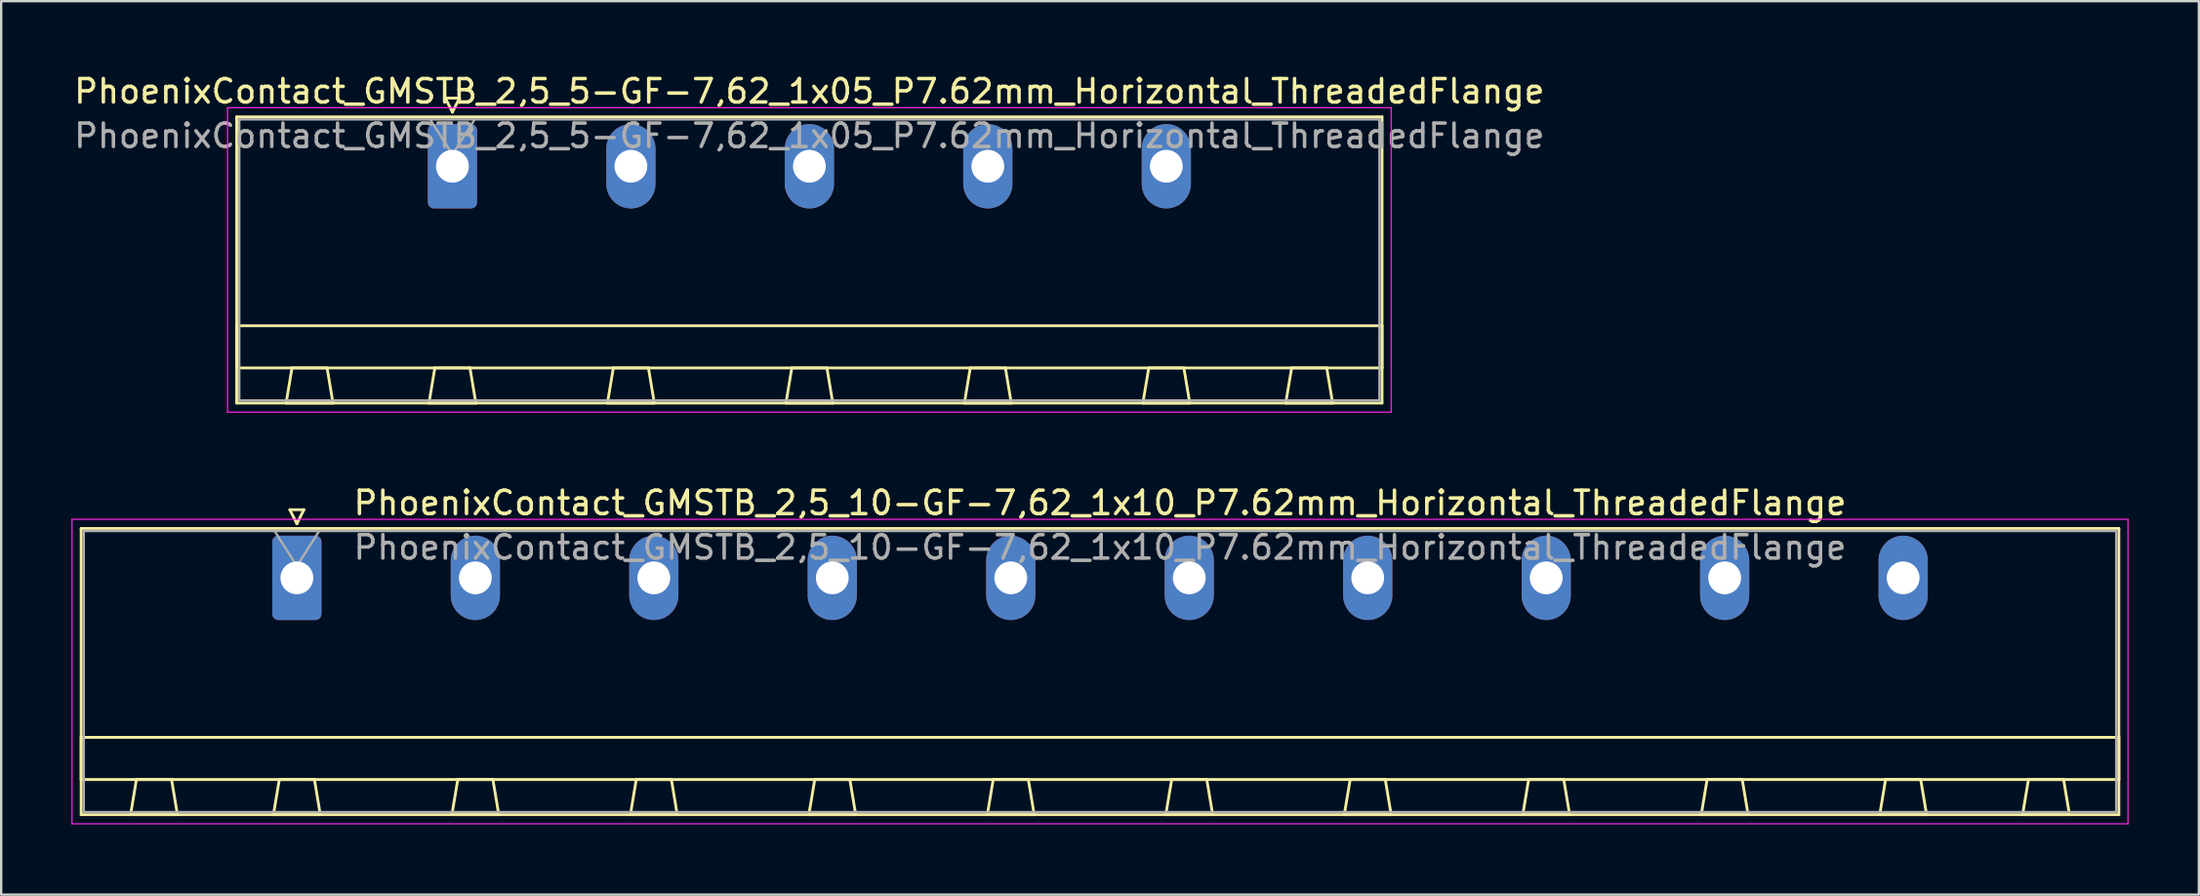
<source format=kicad_pcb>
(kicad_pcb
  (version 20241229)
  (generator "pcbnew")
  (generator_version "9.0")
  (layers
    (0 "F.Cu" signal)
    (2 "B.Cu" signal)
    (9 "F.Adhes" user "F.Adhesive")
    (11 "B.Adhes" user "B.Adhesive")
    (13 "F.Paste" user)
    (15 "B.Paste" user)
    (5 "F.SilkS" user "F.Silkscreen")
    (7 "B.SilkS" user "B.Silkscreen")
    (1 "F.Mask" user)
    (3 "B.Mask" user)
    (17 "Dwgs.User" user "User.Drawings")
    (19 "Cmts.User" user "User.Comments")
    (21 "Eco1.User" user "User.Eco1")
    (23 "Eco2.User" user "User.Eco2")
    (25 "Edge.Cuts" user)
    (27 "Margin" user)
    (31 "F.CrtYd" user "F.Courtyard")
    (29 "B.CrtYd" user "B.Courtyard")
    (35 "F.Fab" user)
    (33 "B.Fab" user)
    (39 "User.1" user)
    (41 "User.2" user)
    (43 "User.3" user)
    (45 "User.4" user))
  (footprint "PhoenixContact_GMSTB_2,5_5-GF-7,62_1x05_P7.62mm_Horizontal_ThreadedFlange"
    (layer "F.Cu")
    (at 16.266 4.048)
    (property "Reference" "PhoenixContact_GMSTB_2,5_5-GF-7,62_1x05_P7.62mm_Horizontal_ThreadedFlange" (at 15.24 -3.2 0) (layer "F.SilkS") (effects (font (size 1 1) (thickness 0.15))))
    (attr through_hole)
    (fp_line (start -9.21 -2.11) (end -9.21 10.11) (stroke (width 0.12) (type solid)) (layer "F.SilkS"))
    (fp_line (start -9.21 6.81) (end 39.69 6.81) (stroke (width 0.12) (type solid)) (layer "F.SilkS"))
    (fp_line (start -9.21 8.61) (end -9.21 6.81) (stroke (width 0.12) (type solid)) (layer "F.SilkS"))
    (fp_line (start -9.21 10.11) (end 39.69 10.11) (stroke (width 0.12) (type solid)) (layer "F.SilkS"))
    (fp_line (start -7.1 10.11) (end -5.1 10.11) (stroke (width 0.12) (type solid)) (layer "F.SilkS"))
    (fp_line (start -6.85 8.61) (end -7.1 10.11) (stroke (width 0.12) (type solid)) (layer "F.SilkS"))
    (fp_line (start -5.35 8.61) (end -6.85 8.61) (stroke (width 0.12) (type solid)) (layer "F.SilkS"))
    (fp_line (start -5.1 10.11) (end -5.35 8.61) (stroke (width 0.12) (type solid)) (layer "F.SilkS"))
    (fp_line (start -1 10.11) (end 1 10.11) (stroke (width 0.12) (type solid)) (layer "F.SilkS"))
    (fp_line (start -0.75 8.61) (end -1 10.11) (stroke (width 0.12) (type solid)) (layer "F.SilkS"))
    (fp_line (start -0.3 -2.91) (end 0.3 -2.91) (stroke (width 0.12) (type solid)) (layer "F.SilkS"))
    (fp_line (start 0 -2.31) (end -0.3 -2.91) (stroke (width 0.12) (type solid)) (layer "F.SilkS"))
    (fp_line (start 0.3 -2.91) (end 0 -2.31) (stroke (width 0.12) (type solid)) (layer "F.SilkS"))
    (fp_line (start 0.75 8.61) (end -0.75 8.61) (stroke (width 0.12) (type solid)) (layer "F.SilkS"))
    (fp_line (start 1 10.11) (end 0.75 8.61) (stroke (width 0.12) (type solid)) (layer "F.SilkS"))
    (fp_line (start 6.62 10.11) (end 8.62 10.11) (stroke (width 0.12) (type solid)) (layer "F.SilkS"))
    (fp_line (start 6.87 8.61) (end 6.62 10.11) (stroke (width 0.12) (type solid)) (layer "F.SilkS"))
    (fp_line (start 8.37 8.61) (end 6.87 8.61) (stroke (width 0.12) (type solid)) (layer "F.SilkS"))
    (fp_line (start 8.62 10.11) (end 8.37 8.61) (stroke (width 0.12) (type solid)) (layer "F.SilkS"))
    (fp_line (start 14.24 10.11) (end 16.24 10.11) (stroke (width 0.12) (type solid)) (layer "F.SilkS"))
    (fp_line (start 14.49 8.61) (end 14.24 10.11) (stroke (width 0.12) (type solid)) (layer "F.SilkS"))
    (fp_line (start 15.99 8.61) (end 14.49 8.61) (stroke (width 0.12) (type solid)) (layer "F.SilkS"))
    (fp_line (start 16.24 10.11) (end 15.99 8.61) (stroke (width 0.12) (type solid)) (layer "F.SilkS"))
    (fp_line (start 21.86 10.11) (end 23.86 10.11) (stroke (width 0.12) (type solid)) (layer "F.SilkS"))
    (fp_line (start 22.11 8.61) (end 21.86 10.11) (stroke (width 0.12) (type solid)) (layer "F.SilkS"))
    (fp_line (start 23.61 8.61) (end 22.11 8.61) (stroke (width 0.12) (type solid)) (layer "F.SilkS"))
    (fp_line (start 23.86 10.11) (end 23.61 8.61) (stroke (width 0.12) (type solid)) (layer "F.SilkS"))
    (fp_line (start 29.48 10.11) (end 31.48 10.11) (stroke (width 0.12) (type solid)) (layer "F.SilkS"))
    (fp_line (start 29.73 8.61) (end 29.48 10.11) (stroke (width 0.12) (type solid)) (layer "F.SilkS"))
    (fp_line (start 31.23 8.61) (end 29.73 8.61) (stroke (width 0.12) (type solid)) (layer "F.SilkS"))
    (fp_line (start 31.48 10.11) (end 31.23 8.61) (stroke (width 0.12) (type solid)) (layer "F.SilkS"))
    (fp_line (start 35.58 10.11) (end 37.58 10.11) (stroke (width 0.12) (type solid)) (layer "F.SilkS"))
    (fp_line (start 35.83 8.61) (end 35.58 10.11) (stroke (width 0.12) (type solid)) (layer "F.SilkS"))
    (fp_line (start 37.33 8.61) (end 35.83 8.61) (stroke (width 0.12) (type solid)) (layer "F.SilkS"))
    (fp_line (start 37.58 10.11) (end 37.33 8.61) (stroke (width 0.12) (type solid)) (layer "F.SilkS"))
    (fp_line (start 39.69 -2.11) (end -9.21 -2.11) (stroke (width 0.12) (type solid)) (layer "F.SilkS"))
    (fp_line (start 39.69 6.81) (end 39.69 8.61) (stroke (width 0.12) (type solid)) (layer "F.SilkS"))
    (fp_line (start 39.69 8.61) (end -9.21 8.61) (stroke (width 0.12) (type solid)) (layer "F.SilkS"))
    (fp_line (start 39.69 10.11) (end 39.69 -2.11) (stroke (width 0.12) (type solid)) (layer "F.SilkS"))
    (fp_line (start -9.6 -2.5) (end -9.6 10.5) (stroke (width 0.05) (type solid)) (layer "F.CrtYd"))
    (fp_line (start -9.6 10.5) (end 40.08 10.5) (stroke (width 0.05) (type solid)) (layer "F.CrtYd"))
    (fp_line (start 40.08 -2.5) (end -9.6 -2.5) (stroke (width 0.05) (type solid)) (layer "F.CrtYd"))
    (fp_line (start 40.08 10.5) (end 40.08 -2.5) (stroke (width 0.05) (type solid)) (layer "F.CrtYd"))
    (fp_line (start -9.1 -2) (end -9.1 10) (stroke (width 0.1) (type solid)) (layer "F.Fab"))
    (fp_line (start -9.1 10) (end 39.58 10) (stroke (width 0.1) (type solid)) (layer "F.Fab"))
    (fp_line (start 0 -0.5) (end -0.95 -2) (stroke (width 0.1) (type solid)) (layer "F.Fab"))
    (fp_line (start 0.95 -2) (end 0 -0.5) (stroke (width 0.1) (type solid)) (layer "F.Fab"))
    (fp_line (start 39.58 -2) (end -9.1 -2) (stroke (width 0.1) (type solid)) (layer "F.Fab"))
    (fp_line (start 39.58 10) (end 39.58 -2) (stroke (width 0.1) (type solid)) (layer "F.Fab"))
    (fp_text user "${REFERENCE}" (at 15.24 -1.3 0) (layer "F.Fab") (effects (font (size 1 1) (thickness 0.15))))
    (pad "1" thru_hole roundrect (at 0 0) (size 2.1 3.6) (drill 1.4) (layers "*.Cu" "*.Mask") (roundrect_rratio 0.119))
    (pad "2" thru_hole oval (at 7.62 0) (size 2.1 3.6) (drill 1.4) (layers "*.Cu" "*.Mask"))
    (pad "3" thru_hole oval (at 15.24 0) (size 2.1 3.6) (drill 1.4) (layers "*.Cu" "*.Mask"))
    (pad "4" thru_hole oval (at 22.86 0) (size 2.1 3.6) (drill 1.4) (layers "*.Cu" "*.Mask"))
    (pad "5" thru_hole oval (at 30.48 0) (size 2.1 3.6) (drill 1.4) (layers "*.Cu" "*.Mask")))
  (footprint "PhoenixContact_GMSTB_2,5_10-GF-7,62_1x10_P7.62mm_Horizontal_ThreadedFlange"
    (layer "F.Cu")
    (at 9.625 21.622)
    (property "Reference" "PhoenixContact_GMSTB_2,5_10-GF-7,62_1x10_P7.62mm_Horizontal_ThreadedFlange" (at 34.29 -3.2 0) (layer "F.SilkS") (effects (font (size 1 1) (thickness 0.15))))
    (attr through_hole)
    (fp_line (start -9.21 -2.11) (end -9.21 10.11) (stroke (width 0.12) (type solid)) (layer "F.SilkS"))
    (fp_line (start -9.21 6.81) (end 77.79 6.81) (stroke (width 0.12) (type solid)) (layer "F.SilkS"))
    (fp_line (start -9.21 8.61) (end -9.21 6.81) (stroke (width 0.12) (type solid)) (layer "F.SilkS"))
    (fp_line (start -9.21 10.11) (end 77.79 10.11) (stroke (width 0.12) (type solid)) (layer "F.SilkS"))
    (fp_line (start -7.1 10.11) (end -5.1 10.11) (stroke (width 0.12) (type solid)) (layer "F.SilkS"))
    (fp_line (start -6.85 8.61) (end -7.1 10.11) (stroke (width 0.12) (type solid)) (layer "F.SilkS"))
    (fp_line (start -5.35 8.61) (end -6.85 8.61) (stroke (width 0.12) (type solid)) (layer "F.SilkS"))
    (fp_line (start -5.1 10.11) (end -5.35 8.61) (stroke (width 0.12) (type solid)) (layer "F.SilkS"))
    (fp_line (start -1 10.11) (end 1 10.11) (stroke (width 0.12) (type solid)) (layer "F.SilkS"))
    (fp_line (start -0.75 8.61) (end -1 10.11) (stroke (width 0.12) (type solid)) (layer "F.SilkS"))
    (fp_line (start -0.3 -2.91) (end 0.3 -2.91) (stroke (width 0.12) (type solid)) (layer "F.SilkS"))
    (fp_line (start 0 -2.31) (end -0.3 -2.91) (stroke (width 0.12) (type solid)) (layer "F.SilkS"))
    (fp_line (start 0.3 -2.91) (end 0 -2.31) (stroke (width 0.12) (type solid)) (layer "F.SilkS"))
    (fp_line (start 0.75 8.61) (end -0.75 8.61) (stroke (width 0.12) (type solid)) (layer "F.SilkS"))
    (fp_line (start 1 10.11) (end 0.75 8.61) (stroke (width 0.12) (type solid)) (layer "F.SilkS"))
    (fp_line (start 6.62 10.11) (end 8.62 10.11) (stroke (width 0.12) (type solid)) (layer "F.SilkS"))
    (fp_line (start 6.87 8.61) (end 6.62 10.11) (stroke (width 0.12) (type solid)) (layer "F.SilkS"))
    (fp_line (start 8.37 8.61) (end 6.87 8.61) (stroke (width 0.12) (type solid)) (layer "F.SilkS"))
    (fp_line (start 8.62 10.11) (end 8.37 8.61) (stroke (width 0.12) (type solid)) (layer "F.SilkS"))
    (fp_line (start 14.24 10.11) (end 16.24 10.11) (stroke (width 0.12) (type solid)) (layer "F.SilkS"))
    (fp_line (start 14.49 8.61) (end 14.24 10.11) (stroke (width 0.12) (type solid)) (layer "F.SilkS"))
    (fp_line (start 15.99 8.61) (end 14.49 8.61) (stroke (width 0.12) (type solid)) (layer "F.SilkS"))
    (fp_line (start 16.24 10.11) (end 15.99 8.61) (stroke (width 0.12) (type solid)) (layer "F.SilkS"))
    (fp_line (start 21.86 10.11) (end 23.86 10.11) (stroke (width 0.12) (type solid)) (layer "F.SilkS"))
    (fp_line (start 22.11 8.61) (end 21.86 10.11) (stroke (width 0.12) (type solid)) (layer "F.SilkS"))
    (fp_line (start 23.61 8.61) (end 22.11 8.61) (stroke (width 0.12) (type solid)) (layer "F.SilkS"))
    (fp_line (start 23.86 10.11) (end 23.61 8.61) (stroke (width 0.12) (type solid)) (layer "F.SilkS"))
    (fp_line (start 29.48 10.11) (end 31.48 10.11) (stroke (width 0.12) (type solid)) (layer "F.SilkS"))
    (fp_line (start 29.73 8.61) (end 29.48 10.11) (stroke (width 0.12) (type solid)) (layer "F.SilkS"))
    (fp_line (start 31.23 8.61) (end 29.73 8.61) (stroke (width 0.12) (type solid)) (layer "F.SilkS"))
    (fp_line (start 31.48 10.11) (end 31.23 8.61) (stroke (width 0.12) (type solid)) (layer "F.SilkS"))
    (fp_line (start 37.1 10.11) (end 39.1 10.11) (stroke (width 0.12) (type solid)) (layer "F.SilkS"))
    (fp_line (start 37.35 8.61) (end 37.1 10.11) (stroke (width 0.12) (type solid)) (layer "F.SilkS"))
    (fp_line (start 38.85 8.61) (end 37.35 8.61) (stroke (width 0.12) (type solid)) (layer "F.SilkS"))
    (fp_line (start 39.1 10.11) (end 38.85 8.61) (stroke (width 0.12) (type solid)) (layer "F.SilkS"))
    (fp_line (start 44.72 10.11) (end 46.72 10.11) (stroke (width 0.12) (type solid)) (layer "F.SilkS"))
    (fp_line (start 44.97 8.61) (end 44.72 10.11) (stroke (width 0.12) (type solid)) (layer "F.SilkS"))
    (fp_line (start 46.47 8.61) (end 44.97 8.61) (stroke (width 0.12) (type solid)) (layer "F.SilkS"))
    (fp_line (start 46.72 10.11) (end 46.47 8.61) (stroke (width 0.12) (type solid)) (layer "F.SilkS"))
    (fp_line (start 52.34 10.11) (end 54.34 10.11) (stroke (width 0.12) (type solid)) (layer "F.SilkS"))
    (fp_line (start 52.59 8.61) (end 52.34 10.11) (stroke (width 0.12) (type solid)) (layer "F.SilkS"))
    (fp_line (start 54.09 8.61) (end 52.59 8.61) (stroke (width 0.12) (type solid)) (layer "F.SilkS"))
    (fp_line (start 54.34 10.11) (end 54.09 8.61) (stroke (width 0.12) (type solid)) (layer "F.SilkS"))
    (fp_line (start 59.96 10.11) (end 61.96 10.11) (stroke (width 0.12) (type solid)) (layer "F.SilkS"))
    (fp_line (start 60.21 8.61) (end 59.96 10.11) (stroke (width 0.12) (type solid)) (layer "F.SilkS"))
    (fp_line (start 61.71 8.61) (end 60.21 8.61) (stroke (width 0.12) (type solid)) (layer "F.SilkS"))
    (fp_line (start 61.96 10.11) (end 61.71 8.61) (stroke (width 0.12) (type solid)) (layer "F.SilkS"))
    (fp_line (start 67.58 10.11) (end 69.58 10.11) (stroke (width 0.12) (type solid)) (layer "F.SilkS"))
    (fp_line (start 67.83 8.61) (end 67.58 10.11) (stroke (width 0.12) (type solid)) (layer "F.SilkS"))
    (fp_line (start 69.33 8.61) (end 67.83 8.61) (stroke (width 0.12) (type solid)) (layer "F.SilkS"))
    (fp_line (start 69.58 10.11) (end 69.33 8.61) (stroke (width 0.12) (type solid)) (layer "F.SilkS"))
    (fp_line (start 73.68 10.11) (end 75.68 10.11) (stroke (width 0.12) (type solid)) (layer "F.SilkS"))
    (fp_line (start 73.93 8.61) (end 73.68 10.11) (stroke (width 0.12) (type solid)) (layer "F.SilkS"))
    (fp_line (start 75.43 8.61) (end 73.93 8.61) (stroke (width 0.12) (type solid)) (layer "F.SilkS"))
    (fp_line (start 75.68 10.11) (end 75.43 8.61) (stroke (width 0.12) (type solid)) (layer "F.SilkS"))
    (fp_line (start 77.79 -2.11) (end -9.21 -2.11) (stroke (width 0.12) (type solid)) (layer "F.SilkS"))
    (fp_line (start 77.79 6.81) (end 77.79 8.61) (stroke (width 0.12) (type solid)) (layer "F.SilkS"))
    (fp_line (start 77.79 8.61) (end -9.21 8.61) (stroke (width 0.12) (type solid)) (layer "F.SilkS"))
    (fp_line (start 77.79 10.11) (end 77.79 -2.11) (stroke (width 0.12) (type solid)) (layer "F.SilkS"))
    (fp_line (start -9.6 -2.5) (end -9.6 10.5) (stroke (width 0.05) (type solid)) (layer "F.CrtYd"))
    (fp_line (start -9.6 10.5) (end 78.18 10.5) (stroke (width 0.05) (type solid)) (layer "F.CrtYd"))
    (fp_line (start 78.18 -2.5) (end -9.6 -2.5) (stroke (width 0.05) (type solid)) (layer "F.CrtYd"))
    (fp_line (start 78.18 10.5) (end 78.18 -2.5) (stroke (width 0.05) (type solid)) (layer "F.CrtYd"))
    (fp_line (start -9.1 -2) (end -9.1 10) (stroke (width 0.1) (type solid)) (layer "F.Fab"))
    (fp_line (start -9.1 10) (end 77.68 10) (stroke (width 0.1) (type solid)) (layer "F.Fab"))
    (fp_line (start 0 -0.5) (end -0.95 -2) (stroke (width 0.1) (type solid)) (layer "F.Fab"))
    (fp_line (start 0.95 -2) (end 0 -0.5) (stroke (width 0.1) (type solid)) (layer "F.Fab"))
    (fp_line (start 77.68 -2) (end -9.1 -2) (stroke (width 0.1) (type solid)) (layer "F.Fab"))
    (fp_line (start 77.68 10) (end 77.68 -2) (stroke (width 0.1) (type solid)) (layer "F.Fab"))
    (fp_text user "${REFERENCE}" (at 34.29 -1.3 0) (layer "F.Fab") (effects (font (size 1 1) (thickness 0.15))))
    (pad "1" thru_hole roundrect (at 0 0) (size 2.1 3.6) (drill 1.4) (layers "*.Cu" "*.Mask") (roundrect_rratio 0.119))
    (pad "2" thru_hole oval (at 7.62 0) (size 2.1 3.6) (drill 1.4) (layers "*.Cu" "*.Mask"))
    (pad "3" thru_hole oval (at 15.24 0) (size 2.1 3.6) (drill 1.4) (layers "*.Cu" "*.Mask"))
    (pad "4" thru_hole oval (at 22.86 0) (size 2.1 3.6) (drill 1.4) (layers "*.Cu" "*.Mask"))
    (pad "5" thru_hole oval (at 30.48 0) (size 2.1 3.6) (drill 1.4) (layers "*.Cu" "*.Mask"))
    (pad "6" thru_hole oval (at 38.1 0) (size 2.1 3.6) (drill 1.4) (layers "*.Cu" "*.Mask"))
    (pad "7" thru_hole oval (at 45.72 0) (size 2.1 3.6) (drill 1.4) (layers "*.Cu" "*.Mask"))
    (pad "8" thru_hole oval (at 53.34 0) (size 2.1 3.6) (drill 1.4) (layers "*.Cu" "*.Mask"))
    (pad "9" thru_hole oval (at 60.96 0) (size 2.1 3.6) (drill 1.4) (layers "*.Cu" "*.Mask"))
    (pad "10" thru_hole oval (at 68.58 0) (size 2.1 3.6) (drill 1.4) (layers "*.Cu" "*.Mask")))
  (gr_rect
    (start -3 -3)
    (end 90.83 35.147)
    (stroke (width 0.1) (type default))
    (fill no)
    (layer "Edge.Cuts")))
</source>
